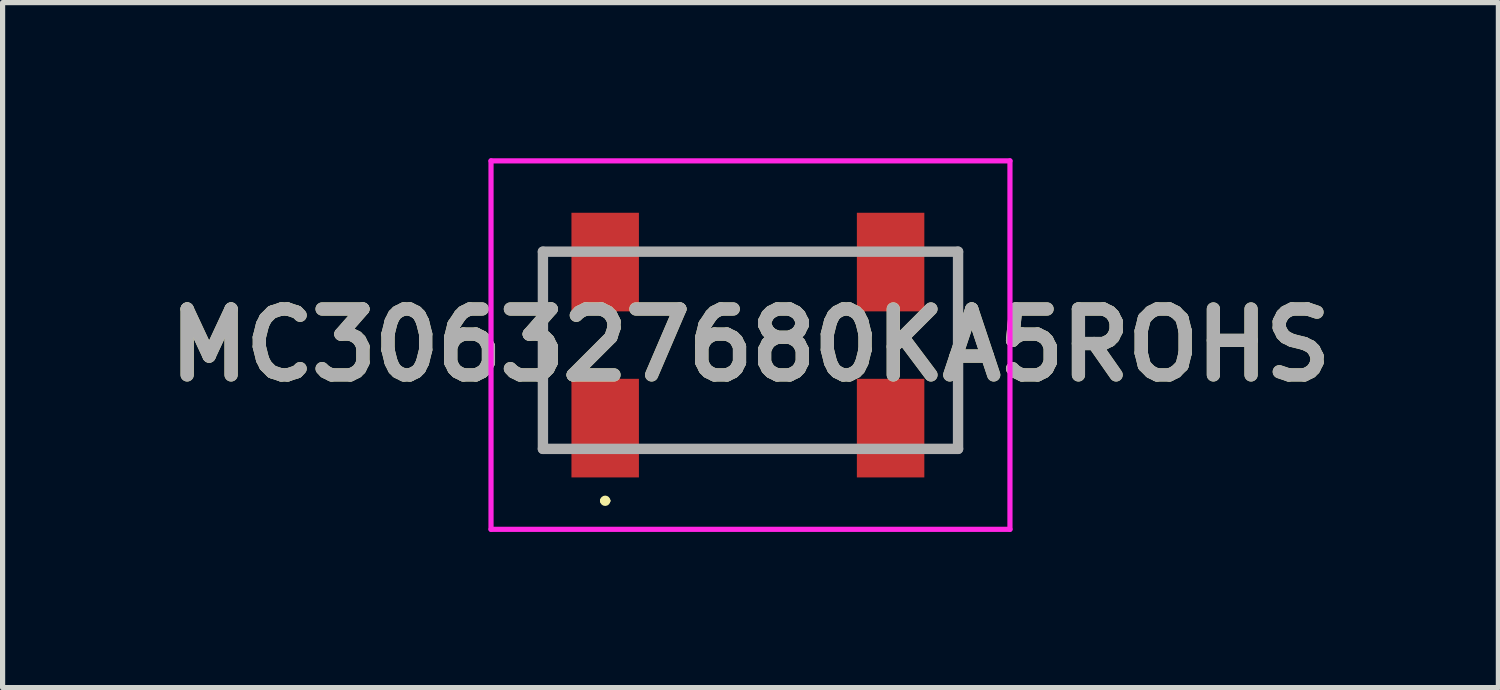
<source format=kicad_pcb>
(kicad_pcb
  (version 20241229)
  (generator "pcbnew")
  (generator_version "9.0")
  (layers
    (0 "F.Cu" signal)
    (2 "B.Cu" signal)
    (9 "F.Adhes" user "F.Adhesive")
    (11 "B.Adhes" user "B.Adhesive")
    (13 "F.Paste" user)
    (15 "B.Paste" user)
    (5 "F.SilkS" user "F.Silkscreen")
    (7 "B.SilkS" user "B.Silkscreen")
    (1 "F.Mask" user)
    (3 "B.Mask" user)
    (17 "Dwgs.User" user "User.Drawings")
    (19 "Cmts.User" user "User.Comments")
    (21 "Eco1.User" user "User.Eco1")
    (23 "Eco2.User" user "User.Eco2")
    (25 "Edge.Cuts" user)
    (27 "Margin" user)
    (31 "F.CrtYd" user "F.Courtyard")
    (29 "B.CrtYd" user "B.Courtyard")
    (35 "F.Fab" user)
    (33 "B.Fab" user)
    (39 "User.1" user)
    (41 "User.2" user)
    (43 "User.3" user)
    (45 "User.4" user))
  (footprint "MC306327680KA5ROHS"
    (layer "F.Cu")
    (at 11.412 3.6)
    (property "Reference" "MC306327680KA5ROHS" (at 0 0 0) (layer "F.SilkS") (effects (font (size 1.27 1.27) (thickness 0.254))))
    (attr smd)
    (fp_line (start -4 -1.8) (end -4 2) (stroke (width 0.1) (type solid)) (layer "F.SilkS"))
    (fp_line (start -2.85 3) (end -2.85 3) (stroke (width 0.1) (type solid)) (layer "F.SilkS"))
    (fp_line (start -2.75 3) (end -2.75 3) (stroke (width 0.1) (type solid)) (layer "F.SilkS"))
    (fp_line (start 4 -1.8) (end 4 2) (stroke (width 0.1) (type solid)) (layer "F.SilkS"))
    (fp_arc (start -2.85 3) (mid -2.8 2.95) (end -2.75 3) (stroke (width 0.1) (type solid)) (layer "F.SilkS"))
    (fp_arc (start -2.75 3) (mid -2.8 3.05) (end -2.85 3) (stroke (width 0.1) (type solid)) (layer "F.SilkS"))
    (fp_line (start -5 -3.55) (end 5 -3.55) (stroke (width 0.1) (type solid)) (layer "F.CrtYd"))
    (fp_line (start -5 3.55) (end -5 -3.55) (stroke (width 0.1) (type solid)) (layer "F.CrtYd"))
    (fp_line (start 5 -3.55) (end 5 3.55) (stroke (width 0.1) (type solid)) (layer "F.CrtYd"))
    (fp_line (start 5 3.55) (end -5 3.55) (stroke (width 0.1) (type solid)) (layer "F.CrtYd"))
    (fp_line (start -4 -1.8) (end -4 2) (stroke (width 0.2) (type solid)) (layer "F.Fab"))
    (fp_line (start -4 2) (end 4 2) (stroke (width 0.2) (type solid)) (layer "F.Fab"))
    (fp_line (start 4 -1.8) (end -4 -1.8) (stroke (width 0.2) (type solid)) (layer "F.Fab"))
    (fp_line (start 4 2) (end 4 -1.8) (stroke (width 0.2) (type solid)) (layer "F.Fab"))
    (fp_text user "${REFERENCE}" (at 0 0 0) (layer "F.Fab") (effects (font (size 1.27 1.27) (thickness 0.254))))
    (pad "1" smd rect (at -2.8 1.6) (size 1.3 1.9) (layers "F.Cu" "F.Mask" "F.Paste"))
    (pad "2" smd rect (at 2.7 1.6) (size 1.3 1.9) (layers "F.Cu" "F.Mask" "F.Paste"))
    (pad "3" smd rect (at 2.7 -1.6) (size 1.3 1.9) (layers "F.Cu" "F.Mask" "F.Paste"))
    (pad "4" smd rect (at -2.8 -1.6) (size 1.3 1.9) (layers "F.Cu" "F.Mask" "F.Paste")))
  (gr_rect
    (start -3 -3)
    (end 25.824 10.2)
    (stroke (width 0.1) (type default))
    (fill no)
    (layer "Edge.Cuts")))
</source>
